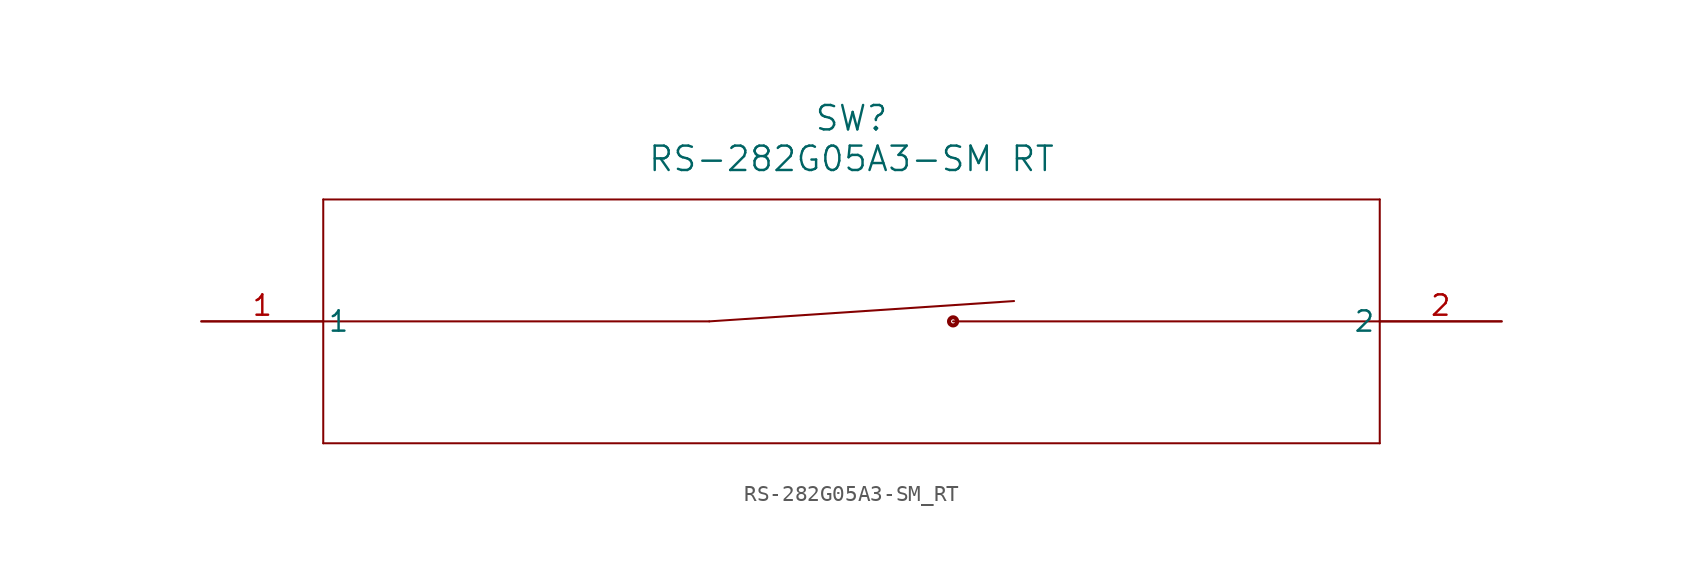
<source format=kicad_sym>
(kicad_symbol_lib
  (version 20211014)
  (generator kicad_symbol_editor)
  (symbol "RS-282G05A3-SM_RT"
    (pin_names
      (offset 0.254))
    (property "Reference" "SW"
      (at 40.64 12.7 0)
      (effects (font (size 1.524 1.524))))
    (property "Value" "RS-282G05A3-SM RT"
      (at 40.64 10.16 0)
      (effects (font (size 1.524 1.524))))
    (symbol "RS-282G05A3-SM_RT_0_1"
      (polyline (pts (xy 7.62 7.62) (xy 7.62 -7.62)) (stroke (width 0.127) (type default) (color 0 0 0 0)) (fill (type none)))
      (polyline (pts (xy 7.62 -7.62) (xy 73.66 -7.62)) (stroke (width 0.127) (type default) (color 0 0 0 0)) (fill (type none)))
      (polyline (pts (xy 73.66 -7.62) (xy 73.66 7.62)) (stroke (width 0.127) (type default) (color 0 0 0 0)) (fill (type none)))
      (polyline (pts (xy 73.66 7.62) (xy 7.62 7.62)) (stroke (width 0.127) (type default) (color 0 0 0 0)) (fill (type none)))
      (polyline (pts (xy 7.62 0) (xy 31.75 0)) (stroke (width 0.127) (type default) (color 0 0 0 0)) (fill (type none)))
      (polyline (pts (xy 73.66 0) (xy 46.99 0)) (stroke (width 0.127) (type default) (color 0 0 0 0)) (fill (type none)))
      (circle (center 46.99 0) (radius 0.254) (stroke (width 0.254) (type default) (color 0 0 0 0)) (fill (type none)))
      (polyline (pts (xy 31.75 0) (xy 50.8 1.27)) (stroke (width 0.127) (type default) (color 0 0 0 0)) (fill (type none)))
      (pin unspecified line (at 0 0 0) (length 7.62) (name "1" (effects (font (size 1.27 1.27)))) (number "1" (effects (font (size 1.27 1.27)))))
      (pin unspecified line (at 81.28 0 180) (length 7.62) (name "2" (effects (font (size 1.27 1.27)))) (number "2" (effects (font (size 1.27 1.27))))))))
</source>
